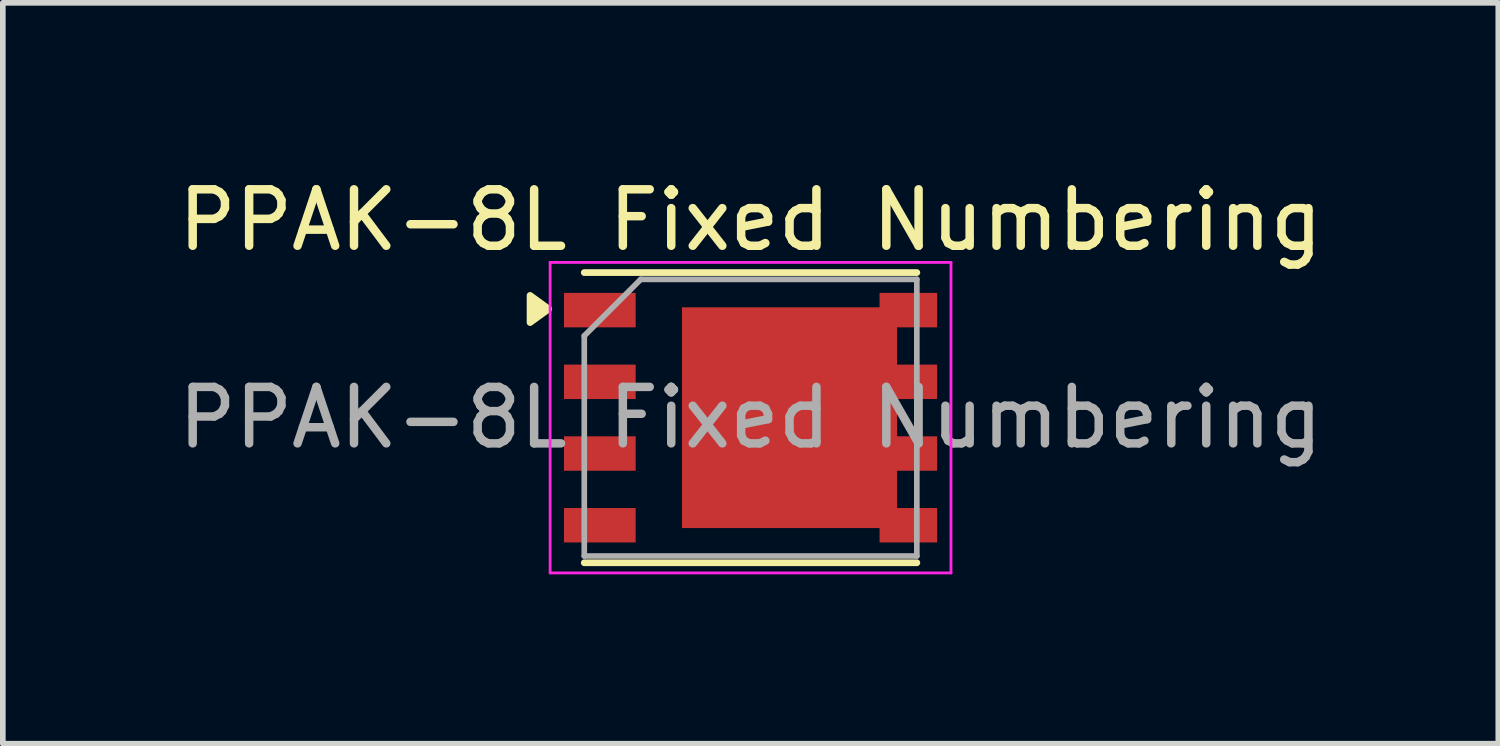
<source format=kicad_pcb>
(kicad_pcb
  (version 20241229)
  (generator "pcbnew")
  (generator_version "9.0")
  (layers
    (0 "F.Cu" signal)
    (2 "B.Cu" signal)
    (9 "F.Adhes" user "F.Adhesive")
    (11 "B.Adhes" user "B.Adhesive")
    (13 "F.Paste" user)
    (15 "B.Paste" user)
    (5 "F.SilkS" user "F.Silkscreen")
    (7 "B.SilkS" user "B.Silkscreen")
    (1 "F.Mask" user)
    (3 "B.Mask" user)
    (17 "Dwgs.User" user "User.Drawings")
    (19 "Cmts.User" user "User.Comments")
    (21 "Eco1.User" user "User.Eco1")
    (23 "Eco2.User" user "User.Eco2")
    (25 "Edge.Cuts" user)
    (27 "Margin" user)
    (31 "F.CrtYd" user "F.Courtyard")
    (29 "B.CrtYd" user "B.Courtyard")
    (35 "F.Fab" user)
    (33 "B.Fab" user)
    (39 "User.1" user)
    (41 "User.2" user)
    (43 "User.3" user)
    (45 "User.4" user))
  (footprint "PPAK-8L Fixed Numbering"
    (layer "F.Cu")
    (at 10.244 4.348)
    (property "Reference" "PPAK-8L Fixed Numbering" (at 0 -3.5 0) (layer "F.SilkS") (effects (font (size 1 1) (thickness 0.15))))
    (attr smd)
    (fp_line (start -2.945 -2.57) (end 2.945 -2.57) (stroke (width 0.12) (type solid)) (layer "F.SilkS"))
    (fp_line (start -2.945 2.57) (end 2.945 2.57) (stroke (width 0.12) (type solid)) (layer "F.SilkS"))
    (fp_poly (pts (xy -3.575 -1.925) (xy -3.905 -2.165) (xy -3.905 -1.685) (xy -3.575 -1.925)) (stroke (width 0.12) (type solid)) (fill yes) (layer "F.SilkS"))
    (fp_line (start -3.55 -2.75) (end -3.55 2.75) (stroke (width 0.05) (type solid)) (layer "F.CrtYd"))
    (fp_line (start -3.55 -2.75) (end 3.55 -2.75) (stroke (width 0.05) (type solid)) (layer "F.CrtYd"))
    (fp_line (start -3.55 2.75) (end 3.55 2.75) (stroke (width 0.05) (type solid)) (layer "F.CrtYd"))
    (fp_line (start 3.55 -2.75) (end 3.55 2.75) (stroke (width 0.05) (type solid)) (layer "F.CrtYd"))
    (fp_line (start -2.945 2.45) (end -2.945 -1.45) (stroke (width 0.1) (type solid)) (layer "F.Fab"))
    (fp_line (start -1.945 -2.45) (end -2.945 -1.45) (stroke (width 0.1) (type solid)) (layer "F.Fab"))
    (fp_line (start -1.945 -2.45) (end 2.945 -2.45) (stroke (width 0.1) (type solid)) (layer "F.Fab"))
    (fp_line (start 2.945 -2.45) (end 2.945 2.45) (stroke (width 0.1) (type solid)) (layer "F.Fab"))
    (fp_line (start 2.945 2.45) (end -2.945 2.45) (stroke (width 0.1) (type solid)) (layer "F.Fab"))
    (fp_text user "${REFERENCE}" (at 0 0 0) (layer "F.Fab") (effects (font (size 1 1) (thickness 0.15))))
    (pad "1" smd rect (at -2.67 -1.905) (size 1.27 0.61) (layers "F.Cu" "F.Mask" "F.Paste"))
    (pad "2" smd rect (at -2.67 -0.635) (size 1.27 0.61) (layers "F.Cu" "F.Mask" "F.Paste"))
    (pad "3" smd rect (at -2.67 0.635) (size 1.27 0.61) (layers "F.Cu" "F.Mask" "F.Paste"))
    (pad "4" smd rect (at -2.67 1.905) (size 1.27 0.61) (layers "F.Cu" "F.Mask" "F.Paste"))
    (pad "5" smd rect (at 0.69 0) (size 3.81 3.91) (layers "F.Cu" "F.Mask" "F.Paste"))
    (pad "5" smd rect (at 2.795 -1.905) (size 1.02 0.61) (layers "F.Cu" "F.Mask" "F.Paste"))
    (pad "5" smd rect (at 2.795 -0.635) (size 1.02 0.61) (layers "F.Cu" "F.Mask" "F.Paste"))
    (pad "5" smd rect (at 2.795 0.635) (size 1.02 0.61) (layers "F.Cu" "F.Mask" "F.Paste"))
    (pad "5" smd rect (at 2.795 1.905) (size 1.02 0.61) (layers "F.Cu" "F.Mask" "F.Paste")))
  (gr_rect
    (start -3 -3)
    (end 23.488 10.123)
    (stroke (width 0.1) (type default))
    (fill no)
    (layer "Edge.Cuts")))
</source>
